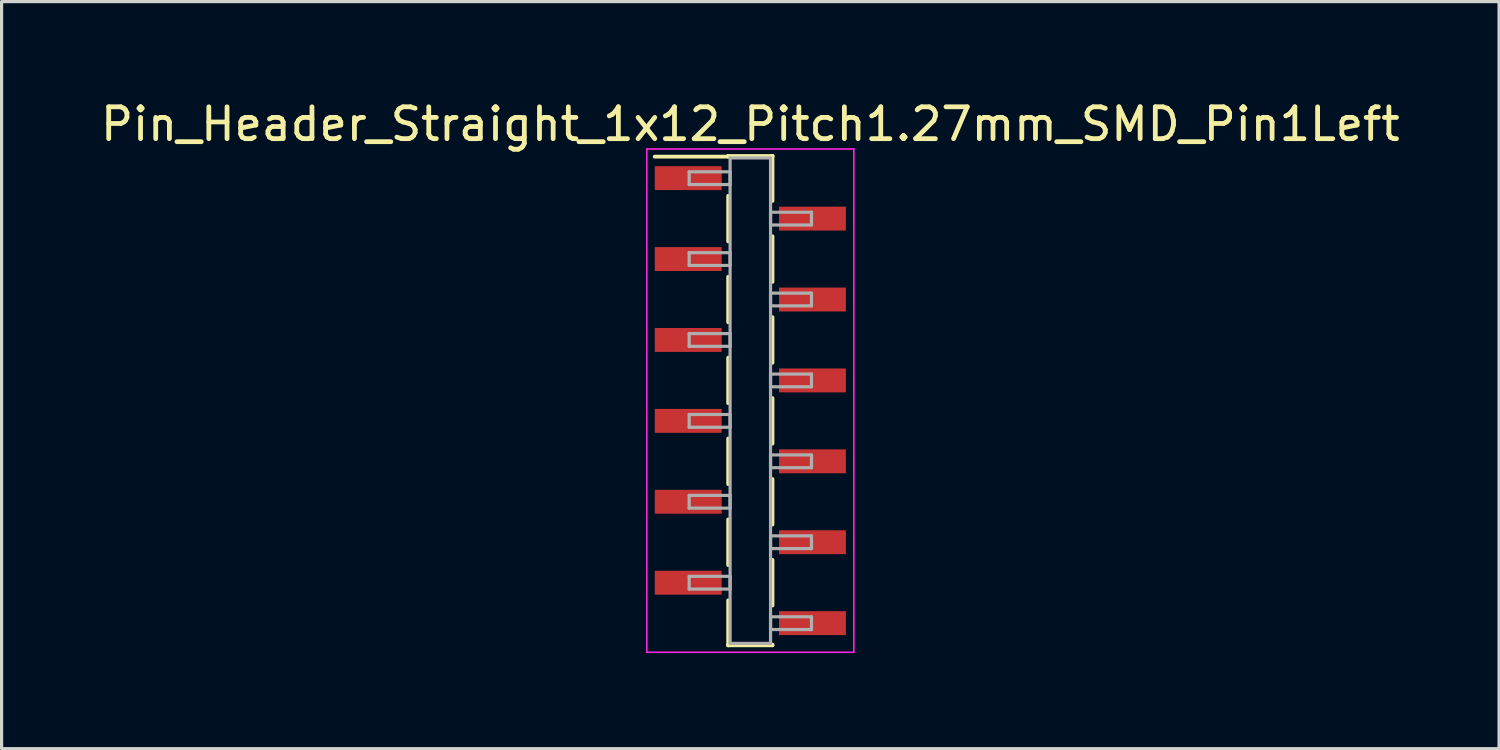
<source format=kicad_pcb>
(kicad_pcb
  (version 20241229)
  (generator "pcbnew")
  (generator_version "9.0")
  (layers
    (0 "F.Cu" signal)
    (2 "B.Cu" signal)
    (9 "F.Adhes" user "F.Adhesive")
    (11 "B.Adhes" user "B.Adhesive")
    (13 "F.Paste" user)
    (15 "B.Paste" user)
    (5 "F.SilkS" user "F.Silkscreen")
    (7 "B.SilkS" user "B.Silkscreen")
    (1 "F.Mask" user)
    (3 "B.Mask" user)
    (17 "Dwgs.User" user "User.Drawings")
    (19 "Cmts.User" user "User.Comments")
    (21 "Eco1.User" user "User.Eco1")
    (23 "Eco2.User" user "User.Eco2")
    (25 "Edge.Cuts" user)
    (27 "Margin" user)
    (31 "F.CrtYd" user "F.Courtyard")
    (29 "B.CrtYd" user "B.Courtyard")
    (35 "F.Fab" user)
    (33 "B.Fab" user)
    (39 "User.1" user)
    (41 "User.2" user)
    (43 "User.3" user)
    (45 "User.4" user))
  (footprint "Pin_Header_Straight_1x12_Pitch1.27mm_SMD_Pin1Left"
    (layer "F.Cu")
    (at 20.506 9.528)
    (property "Reference" "Pin_Header_Straight_1x12_Pitch1.27mm_SMD_Pin1Left" (at 0 -8.68 0) (layer "F.SilkS") (effects (font (size 1 1) (thickness 0.15))))
    (attr smd)
    (fp_line (start -0.695 -7.68) (end 0.695 -7.68) (stroke (width 0.12) (type solid)) (layer "F.SilkS"))
    (fp_line (start -0.695 -7.66) (end -3 -7.66) (stroke (width 0.12) (type solid)) (layer "F.SilkS"))
    (fp_line (start -0.695 -7.66) (end -0.695 -7.68) (stroke (width 0.12) (type solid)) (layer "F.SilkS"))
    (fp_line (start -0.695 -6.43) (end -0.695 -5) (stroke (width 0.12) (type solid)) (layer "F.SilkS"))
    (fp_line (start -0.695 -3.89) (end -0.695 -2.46) (stroke (width 0.12) (type solid)) (layer "F.SilkS"))
    (fp_line (start -0.695 -1.35) (end -0.695 0.08) (stroke (width 0.12) (type solid)) (layer "F.SilkS"))
    (fp_line (start -0.695 1.19) (end -0.695 2.62) (stroke (width 0.12) (type solid)) (layer "F.SilkS"))
    (fp_line (start -0.695 3.73) (end -0.695 5.16) (stroke (width 0.12) (type solid)) (layer "F.SilkS"))
    (fp_line (start -0.695 6.27) (end -0.695 7.68) (stroke (width 0.12) (type solid)) (layer "F.SilkS"))
    (fp_line (start -0.695 7.66) (end -0.695 7.68) (stroke (width 0.12) (type solid)) (layer "F.SilkS"))
    (fp_line (start -0.695 7.68) (end 0.695 7.68) (stroke (width 0.12) (type solid)) (layer "F.SilkS"))
    (fp_line (start 0.695 -7.68) (end 0.695 -7.66) (stroke (width 0.12) (type solid)) (layer "F.SilkS"))
    (fp_line (start 0.695 -7.68) (end 0.695 -6.27) (stroke (width 0.12) (type solid)) (layer "F.SilkS"))
    (fp_line (start 0.695 -5.16) (end 0.695 -3.73) (stroke (width 0.12) (type solid)) (layer "F.SilkS"))
    (fp_line (start 0.695 -2.62) (end 0.695 -1.19) (stroke (width 0.12) (type solid)) (layer "F.SilkS"))
    (fp_line (start 0.695 -0.08) (end 0.695 1.35) (stroke (width 0.12) (type solid)) (layer "F.SilkS"))
    (fp_line (start 0.695 2.46) (end 0.695 3.89) (stroke (width 0.12) (type solid)) (layer "F.SilkS"))
    (fp_line (start 0.695 5) (end 0.695 6.43) (stroke (width 0.12) (type solid)) (layer "F.SilkS"))
    (fp_line (start 0.695 7.68) (end 0.695 7.66) (stroke (width 0.12) (type solid)) (layer "F.SilkS"))
    (fp_line (start -3.25 -7.9) (end -3.25 7.9) (stroke (width 0.05) (type solid)) (layer "F.CrtYd"))
    (fp_line (start -3.25 7.9) (end 3.25 7.9) (stroke (width 0.05) (type solid)) (layer "F.CrtYd"))
    (fp_line (start 3.25 -7.9) (end -3.25 -7.9) (stroke (width 0.05) (type solid)) (layer "F.CrtYd"))
    (fp_line (start 3.25 7.9) (end 3.25 -7.9) (stroke (width 0.05) (type solid)) (layer "F.CrtYd"))
    (fp_line (start -1.92 -7.185) (end -0.635 -7.185) (stroke (width 0.1) (type solid)) (layer "F.Fab"))
    (fp_line (start -1.92 -6.785) (end -1.92 -7.185) (stroke (width 0.1) (type solid)) (layer "F.Fab"))
    (fp_line (start -1.92 -4.645) (end -0.635 -4.645) (stroke (width 0.1) (type solid)) (layer "F.Fab"))
    (fp_line (start -1.92 -4.245) (end -1.92 -4.645) (stroke (width 0.1) (type solid)) (layer "F.Fab"))
    (fp_line (start -1.92 -2.105) (end -0.635 -2.105) (stroke (width 0.1) (type solid)) (layer "F.Fab"))
    (fp_line (start -1.92 -1.705) (end -1.92 -2.105) (stroke (width 0.1) (type solid)) (layer "F.Fab"))
    (fp_line (start -1.92 0.435) (end -0.635 0.435) (stroke (width 0.1) (type solid)) (layer "F.Fab"))
    (fp_line (start -1.92 0.835) (end -1.92 0.435) (stroke (width 0.1) (type solid)) (layer "F.Fab"))
    (fp_line (start -1.92 2.975) (end -0.635 2.975) (stroke (width 0.1) (type solid)) (layer "F.Fab"))
    (fp_line (start -1.92 3.375) (end -1.92 2.975) (stroke (width 0.1) (type solid)) (layer "F.Fab"))
    (fp_line (start -1.92 5.515) (end -0.635 5.515) (stroke (width 0.1) (type solid)) (layer "F.Fab"))
    (fp_line (start -1.92 5.915) (end -1.92 5.515) (stroke (width 0.1) (type solid)) (layer "F.Fab"))
    (fp_line (start -0.635 -7.62) (end -0.635 7.62) (stroke (width 0.1) (type solid)) (layer "F.Fab"))
    (fp_line (start -0.635 -7.185) (end -0.635 -6.785) (stroke (width 0.1) (type solid)) (layer "F.Fab"))
    (fp_line (start -0.635 -6.785) (end -1.92 -6.785) (stroke (width 0.1) (type solid)) (layer "F.Fab"))
    (fp_line (start -0.635 -4.645) (end -0.635 -4.245) (stroke (width 0.1) (type solid)) (layer "F.Fab"))
    (fp_line (start -0.635 -4.245) (end -1.92 -4.245) (stroke (width 0.1) (type solid)) (layer "F.Fab"))
    (fp_line (start -0.635 -2.105) (end -0.635 -1.705) (stroke (width 0.1) (type solid)) (layer "F.Fab"))
    (fp_line (start -0.635 -1.705) (end -1.92 -1.705) (stroke (width 0.1) (type solid)) (layer "F.Fab"))
    (fp_line (start -0.635 0.435) (end -0.635 0.835) (stroke (width 0.1) (type solid)) (layer "F.Fab"))
    (fp_line (start -0.635 0.835) (end -1.92 0.835) (stroke (width 0.1) (type solid)) (layer "F.Fab"))
    (fp_line (start -0.635 2.975) (end -0.635 3.375) (stroke (width 0.1) (type solid)) (layer "F.Fab"))
    (fp_line (start -0.635 3.375) (end -1.92 3.375) (stroke (width 0.1) (type solid)) (layer "F.Fab"))
    (fp_line (start -0.635 5.515) (end -0.635 5.915) (stroke (width 0.1) (type solid)) (layer "F.Fab"))
    (fp_line (start -0.635 5.915) (end -1.92 5.915) (stroke (width 0.1) (type solid)) (layer "F.Fab"))
    (fp_line (start -0.635 7.62) (end 0.635 7.62) (stroke (width 0.1) (type solid)) (layer "F.Fab"))
    (fp_line (start 0.635 -7.62) (end -0.635 -7.62) (stroke (width 0.1) (type solid)) (layer "F.Fab"))
    (fp_line (start 0.635 -5.915) (end 0.635 -5.515) (stroke (width 0.1) (type solid)) (layer "F.Fab"))
    (fp_line (start 0.635 -5.515) (end 1.92 -5.515) (stroke (width 0.1) (type solid)) (layer "F.Fab"))
    (fp_line (start 0.635 -3.375) (end 0.635 -2.975) (stroke (width 0.1) (type solid)) (layer "F.Fab"))
    (fp_line (start 0.635 -2.975) (end 1.92 -2.975) (stroke (width 0.1) (type solid)) (layer "F.Fab"))
    (fp_line (start 0.635 -0.835) (end 0.635 -0.435) (stroke (width 0.1) (type solid)) (layer "F.Fab"))
    (fp_line (start 0.635 -0.435) (end 1.92 -0.435) (stroke (width 0.1) (type solid)) (layer "F.Fab"))
    (fp_line (start 0.635 1.705) (end 0.635 2.105) (stroke (width 0.1) (type solid)) (layer "F.Fab"))
    (fp_line (start 0.635 2.105) (end 1.92 2.105) (stroke (width 0.1) (type solid)) (layer "F.Fab"))
    (fp_line (start 0.635 4.245) (end 0.635 4.645) (stroke (width 0.1) (type solid)) (layer "F.Fab"))
    (fp_line (start 0.635 4.645) (end 1.92 4.645) (stroke (width 0.1) (type solid)) (layer "F.Fab"))
    (fp_line (start 0.635 6.785) (end 0.635 7.185) (stroke (width 0.1) (type solid)) (layer "F.Fab"))
    (fp_line (start 0.635 7.185) (end 1.92 7.185) (stroke (width 0.1) (type solid)) (layer "F.Fab"))
    (fp_line (start 0.635 7.62) (end 0.635 -7.62) (stroke (width 0.1) (type solid)) (layer "F.Fab"))
    (fp_line (start 1.92 -5.915) (end 0.635 -5.915) (stroke (width 0.1) (type solid)) (layer "F.Fab"))
    (fp_line (start 1.92 -5.515) (end 1.92 -5.915) (stroke (width 0.1) (type solid)) (layer "F.Fab"))
    (fp_line (start 1.92 -3.375) (end 0.635 -3.375) (stroke (width 0.1) (type solid)) (layer "F.Fab"))
    (fp_line (start 1.92 -2.975) (end 1.92 -3.375) (stroke (width 0.1) (type solid)) (layer "F.Fab"))
    (fp_line (start 1.92 -0.835) (end 0.635 -0.835) (stroke (width 0.1) (type solid)) (layer "F.Fab"))
    (fp_line (start 1.92 -0.435) (end 1.92 -0.835) (stroke (width 0.1) (type solid)) (layer "F.Fab"))
    (fp_line (start 1.92 1.705) (end 0.635 1.705) (stroke (width 0.1) (type solid)) (layer "F.Fab"))
    (fp_line (start 1.92 2.105) (end 1.92 1.705) (stroke (width 0.1) (type solid)) (layer "F.Fab"))
    (fp_line (start 1.92 4.245) (end 0.635 4.245) (stroke (width 0.1) (type solid)) (layer "F.Fab"))
    (fp_line (start 1.92 4.645) (end 1.92 4.245) (stroke (width 0.1) (type solid)) (layer "F.Fab"))
    (fp_line (start 1.92 6.785) (end 0.635 6.785) (stroke (width 0.1) (type solid)) (layer "F.Fab"))
    (fp_line (start 1.92 7.185) (end 1.92 6.785) (stroke (width 0.1) (type solid)) (layer "F.Fab"))
    (pad "1" smd rect (at -1.95 -6.985) (size 2.1 0.75) (layers "F.Cu" "F.Mask"))
    (pad "2" smd rect (at 1.95 -5.715) (size 2.1 0.75) (layers "F.Cu" "F.Mask"))
    (pad "3" smd rect (at -1.95 -4.445) (size 2.1 0.75) (layers "F.Cu" "F.Mask"))
    (pad "4" smd rect (at 1.95 -3.175) (size 2.1 0.75) (layers "F.Cu" "F.Mask"))
    (pad "5" smd rect (at -1.95 -1.905) (size 2.1 0.75) (layers "F.Cu" "F.Mask"))
    (pad "6" smd rect (at 1.95 -0.635) (size 2.1 0.75) (layers "F.Cu" "F.Mask"))
    (pad "7" smd rect (at -1.95 0.635) (size 2.1 0.75) (layers "F.Cu" "F.Mask"))
    (pad "8" smd rect (at 1.95 1.905) (size 2.1 0.75) (layers "F.Cu" "F.Mask"))
    (pad "9" smd rect (at -1.95 3.175) (size 2.1 0.75) (layers "F.Cu" "F.Mask"))
    (pad "10" smd rect (at 1.95 4.445) (size 2.1 0.75) (layers "F.Cu" "F.Mask"))
    (pad "11" smd rect (at -1.95 5.715) (size 2.1 0.75) (layers "F.Cu" "F.Mask"))
    (pad "12" smd rect (at 1.95 6.985) (size 2.1 0.75) (layers "F.Cu" "F.Mask")))
  (gr_rect
    (start -3 -3)
    (end 44.012 20.453)
    (stroke (width 0.1) (type default))
    (fill no)
    (layer "Edge.Cuts")))
</source>
